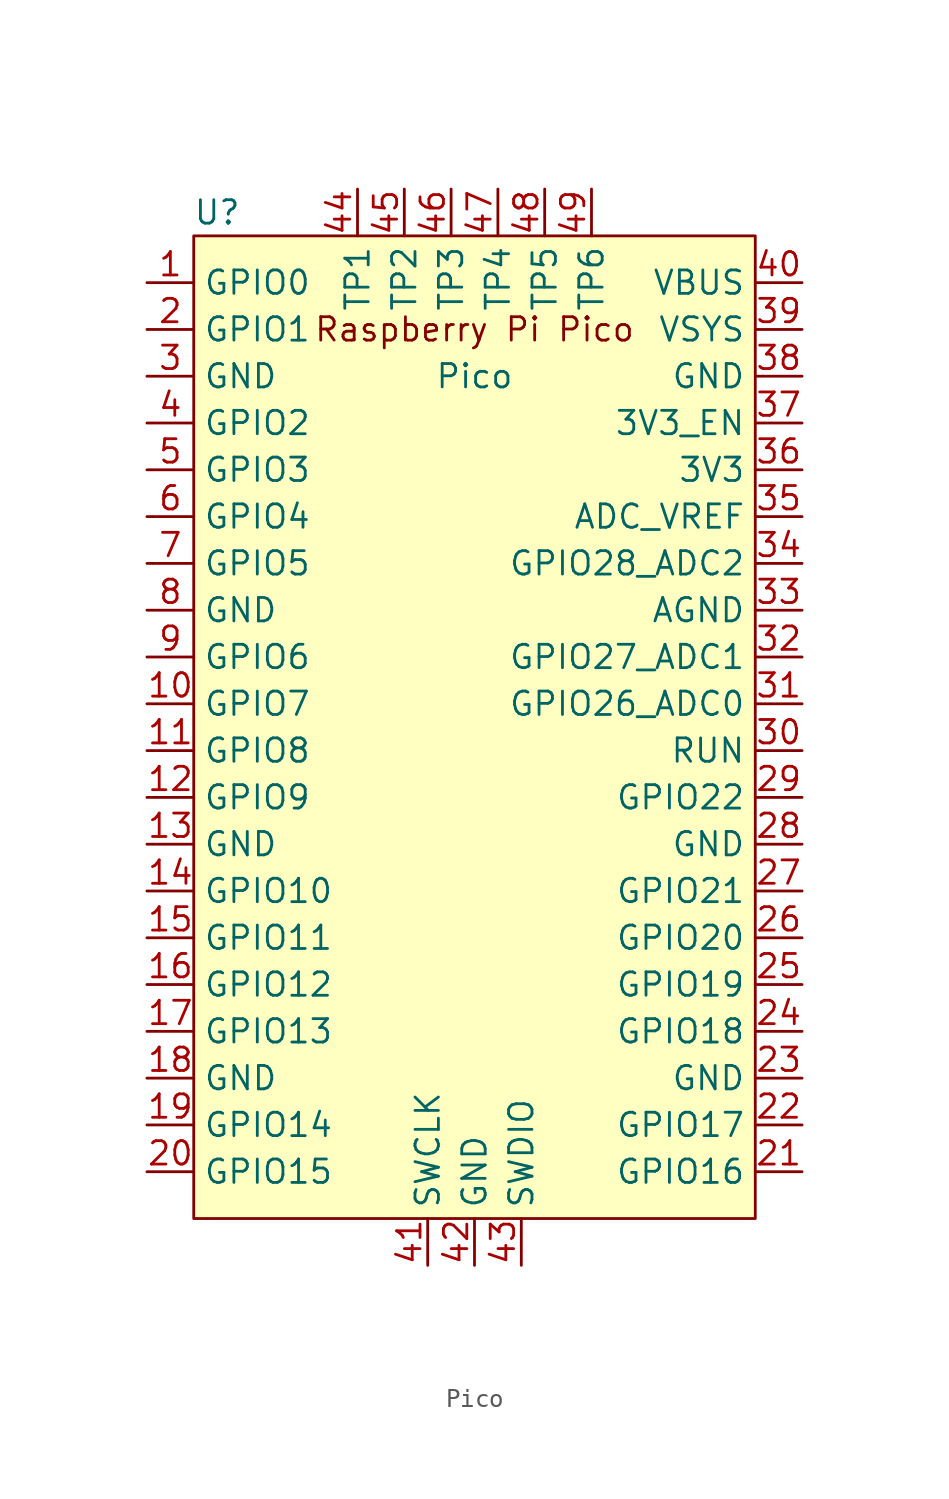
<source format=kicad_sym>
(kicad_symbol_lib
  (version 20211014)
  (generator kicad_symbol_editor)
  (symbol "Pico"
    (property "Reference" "U"
      (at -13.97 27.94 0)
      (effects (font (size 1.27 1.27))))
    (property "Value" "Pico"
      (at 0 19.05 0)
      (effects (font (size 1.27 1.27))))
    (symbol "Pico_0_0"
      (text "Raspberry Pi Pico" (at 0 21.59 0) (effects (font (size 1.27 1.27)))))
    (symbol "Pico_0_1"
      (rectangle (start -15.24 26.67) (end 15.24 -26.67) (stroke (width 0) (type default) (color 0 0 0 0)) (fill (type background))))
    (symbol "Pico_1_1"
      (pin bidirectional line (at -17.78 24.13 0) (length 2.54) (name "GPIO0" (effects (font (size 1.27 1.27)))) (number "1" (effects (font (size 1.27 1.27)))))
      (pin bidirectional line (at -17.78 1.27 0) (length 2.54) (name "GPIO7" (effects (font (size 1.27 1.27)))) (number "10" (effects (font (size 1.27 1.27)))))
      (pin bidirectional line (at -17.78 -1.27 0) (length 2.54) (name "GPIO8" (effects (font (size 1.27 1.27)))) (number "11" (effects (font (size 1.27 1.27)))))
      (pin bidirectional line (at -17.78 -3.81 0) (length 2.54) (name "GPIO9" (effects (font (size 1.27 1.27)))) (number "12" (effects (font (size 1.27 1.27)))))
      (pin power_in line (at -17.78 -6.35 0) (length 2.54) (name "GND" (effects (font (size 1.27 1.27)))) (number "13" (effects (font (size 1.27 1.27)))))
      (pin bidirectional line (at -17.78 -8.89 0) (length 2.54) (name "GPIO10" (effects (font (size 1.27 1.27)))) (number "14" (effects (font (size 1.27 1.27)))))
      (pin bidirectional line (at -17.78 -11.43 0) (length 2.54) (name "GPIO11" (effects (font (size 1.27 1.27)))) (number "15" (effects (font (size 1.27 1.27)))))
      (pin bidirectional line (at -17.78 -13.97 0) (length 2.54) (name "GPIO12" (effects (font (size 1.27 1.27)))) (number "16" (effects (font (size 1.27 1.27)))))
      (pin bidirectional line (at -17.78 -16.51 0) (length 2.54) (name "GPIO13" (effects (font (size 1.27 1.27)))) (number "17" (effects (font (size 1.27 1.27)))))
      (pin power_in line (at -17.78 -19.05 0) (length 2.54) (name "GND" (effects (font (size 1.27 1.27)))) (number "18" (effects (font (size 1.27 1.27)))))
      (pin bidirectional line (at -17.78 -21.59 0) (length 2.54) (name "GPIO14" (effects (font (size 1.27 1.27)))) (number "19" (effects (font (size 1.27 1.27)))))
      (pin bidirectional line (at -17.78 21.59 0) (length 2.54) (name "GPIO1" (effects (font (size 1.27 1.27)))) (number "2" (effects (font (size 1.27 1.27)))))
      (pin bidirectional line (at -17.78 -24.13 0) (length 2.54) (name "GPIO15" (effects (font (size 1.27 1.27)))) (number "20" (effects (font (size 1.27 1.27)))))
      (pin bidirectional line (at 17.78 -24.13 180) (length 2.54) (name "GPIO16" (effects (font (size 1.27 1.27)))) (number "21" (effects (font (size 1.27 1.27)))))
      (pin bidirectional line (at 17.78 -21.59 180) (length 2.54) (name "GPIO17" (effects (font (size 1.27 1.27)))) (number "22" (effects (font (size 1.27 1.27)))))
      (pin power_in line (at 17.78 -19.05 180) (length 2.54) (name "GND" (effects (font (size 1.27 1.27)))) (number "23" (effects (font (size 1.27 1.27)))))
      (pin bidirectional line (at 17.78 -16.51 180) (length 2.54) (name "GPIO18" (effects (font (size 1.27 1.27)))) (number "24" (effects (font (size 1.27 1.27)))))
      (pin bidirectional line (at 17.78 -13.97 180) (length 2.54) (name "GPIO19" (effects (font (size 1.27 1.27)))) (number "25" (effects (font (size 1.27 1.27)))))
      (pin bidirectional line (at 17.78 -11.43 180) (length 2.54) (name "GPIO20" (effects (font (size 1.27 1.27)))) (number "26" (effects (font (size 1.27 1.27)))))
      (pin bidirectional line (at 17.78 -8.89 180) (length 2.54) (name "GPIO21" (effects (font (size 1.27 1.27)))) (number "27" (effects (font (size 1.27 1.27)))))
      (pin power_in line (at 17.78 -6.35 180) (length 2.54) (name "GND" (effects (font (size 1.27 1.27)))) (number "28" (effects (font (size 1.27 1.27)))))
      (pin bidirectional line (at 17.78 -3.81 180) (length 2.54) (name "GPIO22" (effects (font (size 1.27 1.27)))) (number "29" (effects (font (size 1.27 1.27)))))
      (pin power_in line (at -17.78 19.05 0) (length 2.54) (name "GND" (effects (font (size 1.27 1.27)))) (number "3" (effects (font (size 1.27 1.27)))))
      (pin input line (at 17.78 -1.27 180) (length 2.54) (name "RUN" (effects (font (size 1.27 1.27)))) (number "30" (effects (font (size 1.27 1.27)))))
      (pin bidirectional line (at 17.78 1.27 180) (length 2.54) (name "GPIO26_ADC0" (effects (font (size 1.27 1.27)))) (number "31" (effects (font (size 1.27 1.27)))))
      (pin bidirectional line (at 17.78 3.81 180) (length 2.54) (name "GPIO27_ADC1" (effects (font (size 1.27 1.27)))) (number "32" (effects (font (size 1.27 1.27)))))
      (pin power_in line (at 17.78 6.35 180) (length 2.54) (name "AGND" (effects (font (size 1.27 1.27)))) (number "33" (effects (font (size 1.27 1.27)))))
      (pin bidirectional line (at 17.78 8.89 180) (length 2.54) (name "GPIO28_ADC2" (effects (font (size 1.27 1.27)))) (number "34" (effects (font (size 1.27 1.27)))))
      (pin power_in line (at 17.78 11.43 180) (length 2.54) (name "ADC_VREF" (effects (font (size 1.27 1.27)))) (number "35" (effects (font (size 1.27 1.27)))))
      (pin power_in line (at 17.78 13.97 180) (length 2.54) (name "3V3" (effects (font (size 1.27 1.27)))) (number "36" (effects (font (size 1.27 1.27)))))
      (pin input line (at 17.78 16.51 180) (length 2.54) (name "3V3_EN" (effects (font (size 1.27 1.27)))) (number "37" (effects (font (size 1.27 1.27)))))
      (pin power_in line (at 17.78 19.05 180) (length 2.54) (name "GND" (effects (font (size 1.27 1.27)))) (number "38" (effects (font (size 1.27 1.27)))))
      (pin power_in line (at 17.78 21.59 180) (length 2.54) (name "VSYS" (effects (font (size 1.27 1.27)))) (number "39" (effects (font (size 1.27 1.27)))))
      (pin bidirectional line (at -17.78 16.51 0) (length 2.54) (name "GPIO2" (effects (font (size 1.27 1.27)))) (number "4" (effects (font (size 1.27 1.27)))))
      (pin power_in line (at 17.78 24.13 180) (length 2.54) (name "VBUS" (effects (font (size 1.27 1.27)))) (number "40" (effects (font (size 1.27 1.27)))))
      (pin input line (at -2.54 -29.21 90) (length 2.54) (name "SWCLK" (effects (font (size 1.27 1.27)))) (number "41" (effects (font (size 1.27 1.27)))))
      (pin power_in line (at 0 -29.21 90) (length 2.54) (name "GND" (effects (font (size 1.27 1.27)))) (number "42" (effects (font (size 1.27 1.27)))))
      (pin bidirectional line (at 2.54 -29.21 90) (length 2.54) (name "SWDIO" (effects (font (size 1.27 1.27)))) (number "43" (effects (font (size 1.27 1.27)))))
      (pin power_in line (at -6.35 29.21 270) (length 2.54) (name "TP1" (effects (font (size 1.27 1.27)))) (number "44" (effects (font (size 1.27 1.27)))))
      (pin bidirectional line (at -3.81 29.21 270) (length 2.54) (name "TP2" (effects (font (size 1.27 1.27)))) (number "45" (effects (font (size 1.27 1.27)))))
      (pin bidirectional line (at -1.27 29.21 270) (length 2.54) (name "TP3" (effects (font (size 1.27 1.27)))) (number "46" (effects (font (size 1.27 1.27)))))
      (pin bidirectional line (at 1.27 29.21 270) (length 2.54) (name "TP4" (effects (font (size 1.27 1.27)))) (number "47" (effects (font (size 1.27 1.27)))))
      (pin bidirectional line (at 3.81 29.21 270) (length 2.54) (name "TP5" (effects (font (size 1.27 1.27)))) (number "48" (effects (font (size 1.27 1.27)))))
      (pin input line (at 6.35 29.21 270) (length 2.54) (name "TP6" (effects (font (size 1.27 1.27)))) (number "49" (effects (font (size 1.27 1.27)))))
      (pin bidirectional line (at -17.78 13.97 0) (length 2.54) (name "GPIO3" (effects (font (size 1.27 1.27)))) (number "5" (effects (font (size 1.27 1.27)))))
      (pin bidirectional line (at -17.78 11.43 0) (length 2.54) (name "GPIO4" (effects (font (size 1.27 1.27)))) (number "6" (effects (font (size 1.27 1.27)))))
      (pin bidirectional line (at -17.78 8.89 0) (length 2.54) (name "GPIO5" (effects (font (size 1.27 1.27)))) (number "7" (effects (font (size 1.27 1.27)))))
      (pin power_in line (at -17.78 6.35 0) (length 2.54) (name "GND" (effects (font (size 1.27 1.27)))) (number "8" (effects (font (size 1.27 1.27)))))
      (pin bidirectional line (at -17.78 3.81 0) (length 2.54) (name "GPIO6" (effects (font (size 1.27 1.27)))) (number "9" (effects (font (size 1.27 1.27))))))))
</source>
